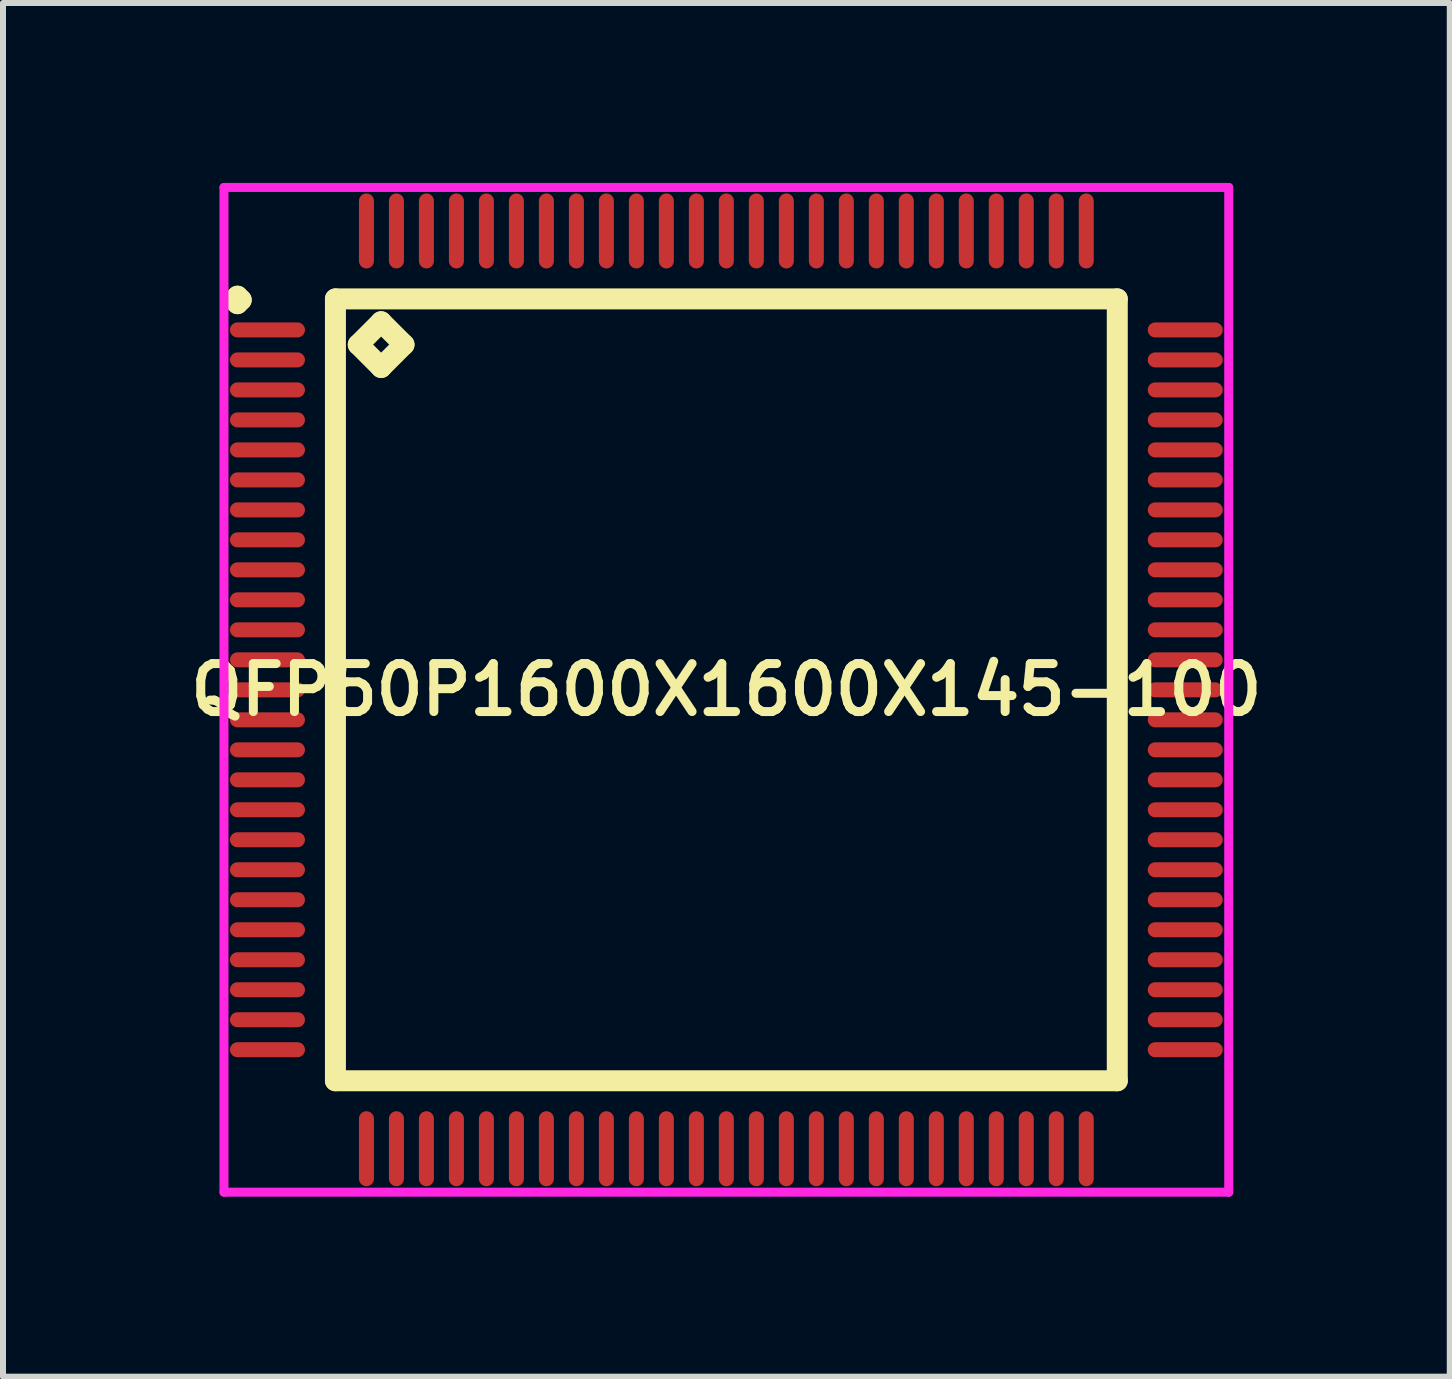
<source format=kicad_pcb>
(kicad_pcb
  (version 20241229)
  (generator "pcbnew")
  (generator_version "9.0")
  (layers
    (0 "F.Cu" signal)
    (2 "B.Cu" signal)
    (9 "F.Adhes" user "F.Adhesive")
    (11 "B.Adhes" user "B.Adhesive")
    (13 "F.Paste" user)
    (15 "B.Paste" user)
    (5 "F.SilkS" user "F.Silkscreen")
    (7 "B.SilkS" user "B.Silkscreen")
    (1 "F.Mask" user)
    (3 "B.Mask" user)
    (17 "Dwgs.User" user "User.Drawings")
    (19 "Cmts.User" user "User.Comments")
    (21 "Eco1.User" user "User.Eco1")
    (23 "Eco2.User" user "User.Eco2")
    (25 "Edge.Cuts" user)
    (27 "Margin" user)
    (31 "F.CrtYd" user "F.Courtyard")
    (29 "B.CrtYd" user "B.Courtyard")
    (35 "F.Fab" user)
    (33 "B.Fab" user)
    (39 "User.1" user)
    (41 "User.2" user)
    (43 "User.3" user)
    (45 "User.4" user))
  (footprint "QFP50P1600X1600X145-100"
    (layer "F.Cu")
    (at 9.059 8.45)
    (property "Reference" "QFP50P1600X1600X145-100" (at 0 0 0) (layer "F.SilkS") (effects (font (size 0.8 0.8) (thickness 0.15))))
    (attr smd)
    (fp_line (start -8.213 -6.5) (end -8.15 -6.562) (stroke (width 0.35) (type solid)) (layer "F.SilkS"))
    (fp_line (start -8.15 -6.562) (end -8.088 -6.5) (stroke (width 0.35) (type solid)) (layer "F.SilkS"))
    (fp_line (start -8.15 -6.438) (end -8.213 -6.5) (stroke (width 0.35) (type solid)) (layer "F.SilkS"))
    (fp_line (start -8.088 -6.5) (end -8.15 -6.438) (stroke (width 0.35) (type solid)) (layer "F.SilkS"))
    (fp_line (start -6.517 -6.517) (end -6.517 6.517) (stroke (width 0.35) (type solid)) (layer "F.SilkS"))
    (fp_line (start -6.517 6.517) (end 6.517 6.517) (stroke (width 0.35) (type solid)) (layer "F.SilkS"))
    (fp_line (start -6.136 -5.755) (end -5.755 -6.136) (stroke (width 0.35) (type solid)) (layer "F.SilkS"))
    (fp_line (start -5.755 -6.136) (end -5.374 -5.755) (stroke (width 0.35) (type solid)) (layer "F.SilkS"))
    (fp_line (start -5.755 -5.374) (end -6.136 -5.755) (stroke (width 0.35) (type solid)) (layer "F.SilkS"))
    (fp_line (start -5.374 -5.755) (end -5.755 -5.374) (stroke (width 0.35) (type solid)) (layer "F.SilkS"))
    (fp_line (start 6.517 -6.517) (end -6.517 -6.517) (stroke (width 0.35) (type solid)) (layer "F.SilkS"))
    (fp_line (start 6.517 6.517) (end 6.517 -6.517) (stroke (width 0.35) (type solid)) (layer "F.SilkS"))
    (fp_line (start -8.375 -8.375) (end 8.375 -8.375) (stroke (width 0.15) (type solid)) (layer "F.CrtYd"))
    (fp_line (start -8.375 8.375) (end -8.375 -8.375) (stroke (width 0.15) (type solid)) (layer "F.CrtYd"))
    (fp_line (start 8.375 -8.375) (end 8.375 8.375) (stroke (width 0.15) (type solid)) (layer "F.CrtYd"))
    (fp_line (start 8.375 8.375) (end -8.375 8.375) (stroke (width 0.15) (type solid)) (layer "F.CrtYd"))
    (pad "1" smd oval (at -7.65 -6) (size 1.25 0.25) (layers "F.Cu" "F.Mask" "F.Paste"))
    (pad "2" smd oval (at -7.65 -5.5) (size 1.25 0.25) (layers "F.Cu" "F.Mask" "F.Paste"))
    (pad "3" smd oval (at -7.65 -5) (size 1.25 0.25) (layers "F.Cu" "F.Mask" "F.Paste"))
    (pad "4" smd oval (at -7.65 -4.5) (size 1.25 0.25) (layers "F.Cu" "F.Mask" "F.Paste"))
    (pad "5" smd oval (at -7.65 -4) (size 1.25 0.25) (layers "F.Cu" "F.Mask" "F.Paste"))
    (pad "6" smd oval (at -7.65 -3.5) (size 1.25 0.25) (layers "F.Cu" "F.Mask" "F.Paste"))
    (pad "7" smd oval (at -7.65 -3) (size 1.25 0.25) (layers "F.Cu" "F.Mask" "F.Paste"))
    (pad "8" smd oval (at -7.65 -2.5) (size 1.25 0.25) (layers "F.Cu" "F.Mask" "F.Paste"))
    (pad "9" smd oval (at -7.65 -2) (size 1.25 0.25) (layers "F.Cu" "F.Mask" "F.Paste"))
    (pad "10" smd oval (at -7.65 -1.5) (size 1.25 0.25) (layers "F.Cu" "F.Mask" "F.Paste"))
    (pad "11" smd oval (at -7.65 -1) (size 1.25 0.25) (layers "F.Cu" "F.Mask" "F.Paste"))
    (pad "12" smd oval (at -7.65 -0.5) (size 1.25 0.25) (layers "F.Cu" "F.Mask" "F.Paste"))
    (pad "13" smd oval (at -7.65 0) (size 1.25 0.25) (layers "F.Cu" "F.Mask" "F.Paste"))
    (pad "14" smd oval (at -7.65 0.5) (size 1.25 0.25) (layers "F.Cu" "F.Mask" "F.Paste"))
    (pad "15" smd oval (at -7.65 1) (size 1.25 0.25) (layers "F.Cu" "F.Mask" "F.Paste"))
    (pad "16" smd oval (at -7.65 1.5) (size 1.25 0.25) (layers "F.Cu" "F.Mask" "F.Paste"))
    (pad "17" smd oval (at -7.65 2) (size 1.25 0.25) (layers "F.Cu" "F.Mask" "F.Paste"))
    (pad "18" smd oval (at -7.65 2.5) (size 1.25 0.25) (layers "F.Cu" "F.Mask" "F.Paste"))
    (pad "19" smd oval (at -7.65 3) (size 1.25 0.25) (layers "F.Cu" "F.Mask" "F.Paste"))
    (pad "20" smd oval (at -7.65 3.5) (size 1.25 0.25) (layers "F.Cu" "F.Mask" "F.Paste"))
    (pad "21" smd oval (at -7.65 4) (size 1.25 0.25) (layers "F.Cu" "F.Mask" "F.Paste"))
    (pad "22" smd oval (at -7.65 4.5) (size 1.25 0.25) (layers "F.Cu" "F.Mask" "F.Paste"))
    (pad "23" smd oval (at -7.65 5) (size 1.25 0.25) (layers "F.Cu" "F.Mask" "F.Paste"))
    (pad "24" smd oval (at -7.65 5.5) (size 1.25 0.25) (layers "F.Cu" "F.Mask" "F.Paste"))
    (pad "25" smd oval (at -7.65 6) (size 1.25 0.25) (layers "F.Cu" "F.Mask" "F.Paste"))
    (pad "26" smd oval (at -6 7.65) (size 0.25 1.25) (layers "F.Cu" "F.Mask" "F.Paste"))
    (pad "27" smd oval (at -5.5 7.65) (size 0.25 1.25) (layers "F.Cu" "F.Mask" "F.Paste"))
    (pad "28" smd oval (at -5 7.65) (size 0.25 1.25) (layers "F.Cu" "F.Mask" "F.Paste"))
    (pad "29" smd oval (at -4.5 7.65) (size 0.25 1.25) (layers "F.Cu" "F.Mask" "F.Paste"))
    (pad "30" smd oval (at -4 7.65) (size 0.25 1.25) (layers "F.Cu" "F.Mask" "F.Paste"))
    (pad "31" smd oval (at -3.5 7.65) (size 0.25 1.25) (layers "F.Cu" "F.Mask" "F.Paste"))
    (pad "32" smd oval (at -3 7.65) (size 0.25 1.25) (layers "F.Cu" "F.Mask" "F.Paste"))
    (pad "33" smd oval (at -2.5 7.65) (size 0.25 1.25) (layers "F.Cu" "F.Mask" "F.Paste"))
    (pad "34" smd oval (at -2 7.65) (size 0.25 1.25) (layers "F.Cu" "F.Mask" "F.Paste"))
    (pad "35" smd oval (at -1.5 7.65) (size 0.25 1.25) (layers "F.Cu" "F.Mask" "F.Paste"))
    (pad "36" smd oval (at -1 7.65) (size 0.25 1.25) (layers "F.Cu" "F.Mask" "F.Paste"))
    (pad "37" smd oval (at -0.5 7.65) (size 0.25 1.25) (layers "F.Cu" "F.Mask" "F.Paste"))
    (pad "38" smd oval (at 0 7.65) (size 0.25 1.25) (layers "F.Cu" "F.Mask" "F.Paste"))
    (pad "39" smd oval (at 0.5 7.65) (size 0.25 1.25) (layers "F.Cu" "F.Mask" "F.Paste"))
    (pad "40" smd oval (at 1 7.65) (size 0.25 1.25) (layers "F.Cu" "F.Mask" "F.Paste"))
    (pad "41" smd oval (at 1.5 7.65) (size 0.25 1.25) (layers "F.Cu" "F.Mask" "F.Paste"))
    (pad "42" smd oval (at 2 7.65) (size 0.25 1.25) (layers "F.Cu" "F.Mask" "F.Paste"))
    (pad "43" smd oval (at 2.5 7.65) (size 0.25 1.25) (layers "F.Cu" "F.Mask" "F.Paste"))
    (pad "44" smd oval (at 3 7.65) (size 0.25 1.25) (layers "F.Cu" "F.Mask" "F.Paste"))
    (pad "45" smd oval (at 3.5 7.65) (size 0.25 1.25) (layers "F.Cu" "F.Mask" "F.Paste"))
    (pad "46" smd oval (at 4 7.65) (size 0.25 1.25) (layers "F.Cu" "F.Mask" "F.Paste"))
    (pad "47" smd oval (at 4.5 7.65) (size 0.25 1.25) (layers "F.Cu" "F.Mask" "F.Paste"))
    (pad "48" smd oval (at 5 7.65) (size 0.25 1.25) (layers "F.Cu" "F.Mask" "F.Paste"))
    (pad "49" smd oval (at 5.5 7.65) (size 0.25 1.25) (layers "F.Cu" "F.Mask" "F.Paste"))
    (pad "50" smd oval (at 6 7.65) (size 0.25 1.25) (layers "F.Cu" "F.Mask" "F.Paste"))
    (pad "51" smd oval (at 7.65 6) (size 1.25 0.25) (layers "F.Cu" "F.Mask" "F.Paste"))
    (pad "52" smd oval (at 7.65 5.5) (size 1.25 0.25) (layers "F.Cu" "F.Mask" "F.Paste"))
    (pad "53" smd oval (at 7.65 5) (size 1.25 0.25) (layers "F.Cu" "F.Mask" "F.Paste"))
    (pad "54" smd oval (at 7.65 4.5) (size 1.25 0.25) (layers "F.Cu" "F.Mask" "F.Paste"))
    (pad "55" smd oval (at 7.65 4) (size 1.25 0.25) (layers "F.Cu" "F.Mask" "F.Paste"))
    (pad "56" smd oval (at 7.65 3.5) (size 1.25 0.25) (layers "F.Cu" "F.Mask" "F.Paste"))
    (pad "57" smd oval (at 7.65 3) (size 1.25 0.25) (layers "F.Cu" "F.Mask" "F.Paste"))
    (pad "58" smd oval (at 7.65 2.5) (size 1.25 0.25) (layers "F.Cu" "F.Mask" "F.Paste"))
    (pad "59" smd oval (at 7.65 2) (size 1.25 0.25) (layers "F.Cu" "F.Mask" "F.Paste"))
    (pad "60" smd oval (at 7.65 1.5) (size 1.25 0.25) (layers "F.Cu" "F.Mask" "F.Paste"))
    (pad "61" smd oval (at 7.65 1) (size 1.25 0.25) (layers "F.Cu" "F.Mask" "F.Paste"))
    (pad "62" smd oval (at 7.65 0.5) (size 1.25 0.25) (layers "F.Cu" "F.Mask" "F.Paste"))
    (pad "63" smd oval (at 7.65 0) (size 1.25 0.25) (layers "F.Cu" "F.Mask" "F.Paste"))
    (pad "64" smd oval (at 7.65 -0.5) (size 1.25 0.25) (layers "F.Cu" "F.Mask" "F.Paste"))
    (pad "65" smd oval (at 7.65 -1) (size 1.25 0.25) (layers "F.Cu" "F.Mask" "F.Paste"))
    (pad "66" smd oval (at 7.65 -1.5) (size 1.25 0.25) (layers "F.Cu" "F.Mask" "F.Paste"))
    (pad "67" smd oval (at 7.65 -2) (size 1.25 0.25) (layers "F.Cu" "F.Mask" "F.Paste"))
    (pad "68" smd oval (at 7.65 -2.5) (size 1.25 0.25) (layers "F.Cu" "F.Mask" "F.Paste"))
    (pad "69" smd oval (at 7.65 -3) (size 1.25 0.25) (layers "F.Cu" "F.Mask" "F.Paste"))
    (pad "70" smd oval (at 7.65 -3.5) (size 1.25 0.25) (layers "F.Cu" "F.Mask" "F.Paste"))
    (pad "71" smd oval (at 7.65 -4) (size 1.25 0.25) (layers "F.Cu" "F.Mask" "F.Paste"))
    (pad "72" smd oval (at 7.65 -4.5) (size 1.25 0.25) (layers "F.Cu" "F.Mask" "F.Paste"))
    (pad "73" smd oval (at 7.65 -5) (size 1.25 0.25) (layers "F.Cu" "F.Mask" "F.Paste"))
    (pad "74" smd oval (at 7.65 -5.5) (size 1.25 0.25) (layers "F.Cu" "F.Mask" "F.Paste"))
    (pad "75" smd oval (at 7.65 -6) (size 1.25 0.25) (layers "F.Cu" "F.Mask" "F.Paste"))
    (pad "76" smd oval (at 6 -7.65) (size 0.25 1.25) (layers "F.Cu" "F.Mask" "F.Paste"))
    (pad "77" smd oval (at 5.5 -7.65) (size 0.25 1.25) (layers "F.Cu" "F.Mask" "F.Paste"))
    (pad "78" smd oval (at 5 -7.65) (size 0.25 1.25) (layers "F.Cu" "F.Mask" "F.Paste"))
    (pad "79" smd oval (at 4.5 -7.65) (size 0.25 1.25) (layers "F.Cu" "F.Mask" "F.Paste"))
    (pad "80" smd oval (at 4 -7.65) (size 0.25 1.25) (layers "F.Cu" "F.Mask" "F.Paste"))
    (pad "81" smd oval (at 3.5 -7.65) (size 0.25 1.25) (layers "F.Cu" "F.Mask" "F.Paste"))
    (pad "82" smd oval (at 3 -7.65) (size 0.25 1.25) (layers "F.Cu" "F.Mask" "F.Paste"))
    (pad "83" smd oval (at 2.5 -7.65) (size 0.25 1.25) (layers "F.Cu" "F.Mask" "F.Paste"))
    (pad "84" smd oval (at 2 -7.65) (size 0.25 1.25) (layers "F.Cu" "F.Mask" "F.Paste"))
    (pad "85" smd oval (at 1.5 -7.65) (size 0.25 1.25) (layers "F.Cu" "F.Mask" "F.Paste"))
    (pad "86" smd oval (at 1 -7.65) (size 0.25 1.25) (layers "F.Cu" "F.Mask" "F.Paste"))
    (pad "87" smd oval (at 0.5 -7.65) (size 0.25 1.25) (layers "F.Cu" "F.Mask" "F.Paste"))
    (pad "88" smd oval (at 0 -7.65) (size 0.25 1.25) (layers "F.Cu" "F.Mask" "F.Paste"))
    (pad "89" smd oval (at -0.5 -7.65) (size 0.25 1.25) (layers "F.Cu" "F.Mask" "F.Paste"))
    (pad "90" smd oval (at -1 -7.65) (size 0.25 1.25) (layers "F.Cu" "F.Mask" "F.Paste"))
    (pad "91" smd oval (at -1.5 -7.65) (size 0.25 1.25) (layers "F.Cu" "F.Mask" "F.Paste"))
    (pad "92" smd oval (at -2 -7.65) (size 0.25 1.25) (layers "F.Cu" "F.Mask" "F.Paste"))
    (pad "93" smd oval (at -2.5 -7.65) (size 0.25 1.25) (layers "F.Cu" "F.Mask" "F.Paste"))
    (pad "94" smd oval (at -3 -7.65) (size 0.25 1.25) (layers "F.Cu" "F.Mask" "F.Paste"))
    (pad "95" smd oval (at -3.5 -7.65) (size 0.25 1.25) (layers "F.Cu" "F.Mask" "F.Paste"))
    (pad "96" smd oval (at -4 -7.65) (size 0.25 1.25) (layers "F.Cu" "F.Mask" "F.Paste"))
    (pad "97" smd oval (at -4.5 -7.65) (size 0.25 1.25) (layers "F.Cu" "F.Mask" "F.Paste"))
    (pad "98" smd oval (at -5 -7.65) (size 0.25 1.25) (layers "F.Cu" "F.Mask" "F.Paste"))
    (pad "99" smd oval (at -5.5 -7.65) (size 0.25 1.25) (layers "F.Cu" "F.Mask" "F.Paste"))
    (pad "100" smd oval (at -6 -7.65) (size 0.25 1.25) (layers "F.Cu" "F.Mask" "F.Paste")))
  (gr_rect
    (start -3 -3)
    (end 21.119 19.9)
    (stroke (width 0.1) (type default))
    (fill no)
    (layer "Edge.Cuts")))
</source>
